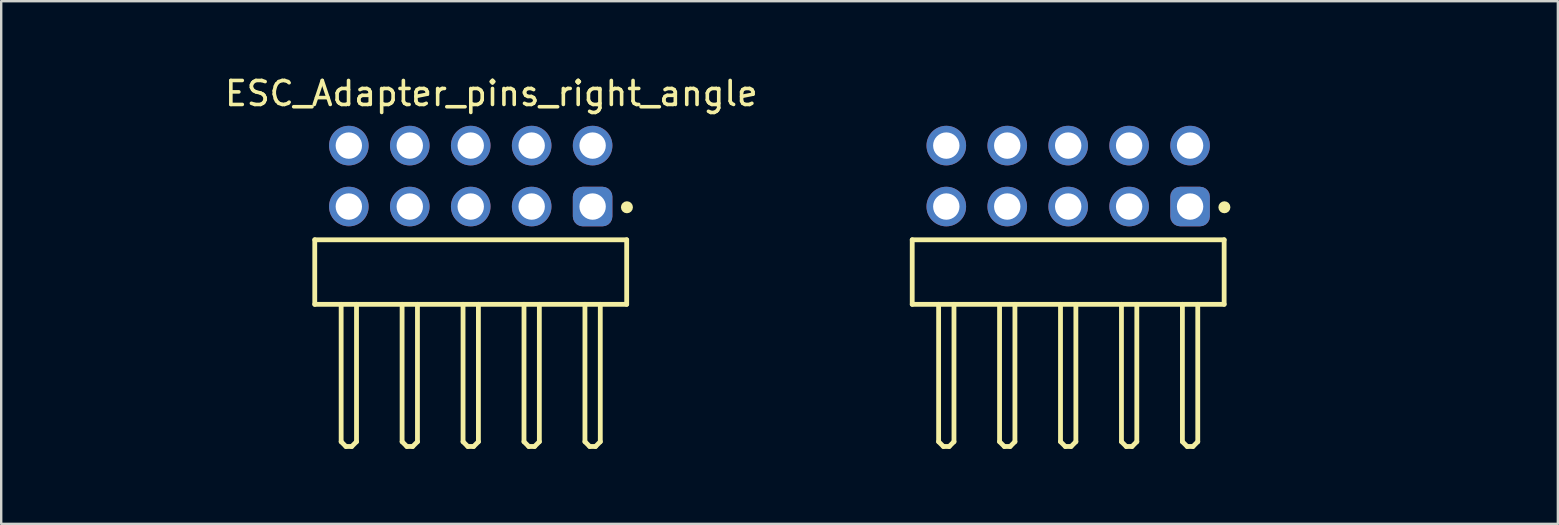
<source format=kicad_pcb>
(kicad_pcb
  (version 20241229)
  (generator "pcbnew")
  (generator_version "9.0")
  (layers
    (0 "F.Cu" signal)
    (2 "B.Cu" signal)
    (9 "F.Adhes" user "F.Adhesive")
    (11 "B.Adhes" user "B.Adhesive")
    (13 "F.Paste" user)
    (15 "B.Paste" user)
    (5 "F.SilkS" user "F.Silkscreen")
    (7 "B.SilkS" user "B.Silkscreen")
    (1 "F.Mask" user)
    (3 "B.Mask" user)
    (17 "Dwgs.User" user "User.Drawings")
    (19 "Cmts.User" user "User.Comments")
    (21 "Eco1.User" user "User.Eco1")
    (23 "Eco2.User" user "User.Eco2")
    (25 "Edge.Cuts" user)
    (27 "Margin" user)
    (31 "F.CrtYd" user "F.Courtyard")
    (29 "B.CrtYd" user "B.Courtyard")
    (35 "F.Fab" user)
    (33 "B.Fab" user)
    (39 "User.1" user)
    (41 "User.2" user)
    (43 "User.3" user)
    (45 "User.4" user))
  (footprint "ESC_Adapter_pins_right_angle"
    (layer "F.Cu")
    (at 29.688 6.958)
    (property "Reference" "ESC_Adapter_pins_right_angle" (at -12.26 -6.11 0) (layer "F.SilkS") (effects (font (size 1 1) (thickness 0.15))))
    (fp_line (start -19.62 -0.015) (end -6.62 -0.015) (stroke (width 0.2) (type solid)) (layer "F.SilkS"))
    (fp_line (start -19.62 2.675) (end -19.62 -0.015) (stroke (width 0.2) (type solid)) (layer "F.SilkS"))
    (fp_line (start -19.62 2.675) (end -6.62 2.675) (stroke (width 0.2) (type solid)) (layer "F.SilkS"))
    (fp_line (start -18.52 8.4) (end -18.52 2.675) (stroke (width 0.2) (type solid)) (layer "F.SilkS"))
    (fp_line (start -18.52 8.4) (end -18.32 8.6) (stroke (width 0.2) (type solid)) (layer "F.SilkS"))
    (fp_line (start -18.32 8.6) (end -18.08 8.6) (stroke (width 0.2) (type solid)) (layer "F.SilkS"))
    (fp_line (start -18.08 8.6) (end -17.88 8.4) (stroke (width 0.2) (type solid)) (layer "F.SilkS"))
    (fp_line (start -17.88 8.4) (end -17.88 2.675) (stroke (width 0.2) (type solid)) (layer "F.SilkS"))
    (fp_line (start -15.98 8.4) (end -15.98 2.675) (stroke (width 0.2) (type solid)) (layer "F.SilkS"))
    (fp_line (start -15.98 8.4) (end -15.78 8.6) (stroke (width 0.2) (type solid)) (layer "F.SilkS"))
    (fp_line (start -15.78 8.6) (end -15.54 8.6) (stroke (width 0.2) (type solid)) (layer "F.SilkS"))
    (fp_line (start -15.54 8.6) (end -15.34 8.4) (stroke (width 0.2) (type solid)) (layer "F.SilkS"))
    (fp_line (start -15.34 8.4) (end -15.34 2.675) (stroke (width 0.2) (type solid)) (layer "F.SilkS"))
    (fp_line (start -13.44 8.4) (end -13.44 2.675) (stroke (width 0.2) (type solid)) (layer "F.SilkS"))
    (fp_line (start -13.44 8.4) (end -13.24 8.6) (stroke (width 0.2) (type solid)) (layer "F.SilkS"))
    (fp_line (start -13.24 8.6) (end -13 8.6) (stroke (width 0.2) (type solid)) (layer "F.SilkS"))
    (fp_line (start -13 8.6) (end -12.8 8.4) (stroke (width 0.2) (type solid)) (layer "F.SilkS"))
    (fp_line (start -12.8 8.4) (end -12.8 2.675) (stroke (width 0.2) (type solid)) (layer "F.SilkS"))
    (fp_line (start -10.9 8.4) (end -10.9 2.675) (stroke (width 0.2) (type solid)) (layer "F.SilkS"))
    (fp_line (start -10.9 8.4) (end -10.7 8.6) (stroke (width 0.2) (type solid)) (layer "F.SilkS"))
    (fp_line (start -10.7 8.6) (end -10.46 8.6) (stroke (width 0.2) (type solid)) (layer "F.SilkS"))
    (fp_line (start -10.46 8.6) (end -10.26 8.4) (stroke (width 0.2) (type solid)) (layer "F.SilkS"))
    (fp_line (start -10.26 8.4) (end -10.26 2.675) (stroke (width 0.2) (type solid)) (layer "F.SilkS"))
    (fp_line (start -8.36 8.4) (end -8.36 2.675) (stroke (width 0.2) (type solid)) (layer "F.SilkS"))
    (fp_line (start -8.36 8.4) (end -8.16 8.6) (stroke (width 0.2) (type solid)) (layer "F.SilkS"))
    (fp_line (start -8.16 8.6) (end -7.92 8.6) (stroke (width 0.2) (type solid)) (layer "F.SilkS"))
    (fp_line (start -7.92 8.6) (end -7.72 8.4) (stroke (width 0.2) (type solid)) (layer "F.SilkS"))
    (fp_line (start -7.72 8.4) (end -7.72 2.675) (stroke (width 0.2) (type solid)) (layer "F.SilkS"))
    (fp_line (start -6.62 2.675) (end -6.62 -0.015) (stroke (width 0.2) (type solid)) (layer "F.SilkS"))
    (fp_line (start 5.28 -0.015) (end 18.28 -0.015) (stroke (width 0.2) (type solid)) (layer "F.SilkS"))
    (fp_line (start 5.28 2.675) (end 5.28 -0.015) (stroke (width 0.2) (type solid)) (layer "F.SilkS"))
    (fp_line (start 5.28 2.675) (end 18.28 2.675) (stroke (width 0.2) (type solid)) (layer "F.SilkS"))
    (fp_line (start 6.38 8.4) (end 6.38 2.675) (stroke (width 0.2) (type solid)) (layer "F.SilkS"))
    (fp_line (start 6.38 8.4) (end 6.58 8.6) (stroke (width 0.2) (type solid)) (layer "F.SilkS"))
    (fp_line (start 6.58 8.6) (end 6.82 8.6) (stroke (width 0.2) (type solid)) (layer "F.SilkS"))
    (fp_line (start 6.82 8.6) (end 7.02 8.4) (stroke (width 0.2) (type solid)) (layer "F.SilkS"))
    (fp_line (start 7.02 8.4) (end 7.02 2.675) (stroke (width 0.2) (type solid)) (layer "F.SilkS"))
    (fp_line (start 8.92 8.4) (end 8.92 2.675) (stroke (width 0.2) (type solid)) (layer "F.SilkS"))
    (fp_line (start 8.92 8.4) (end 9.12 8.6) (stroke (width 0.2) (type solid)) (layer "F.SilkS"))
    (fp_line (start 9.12 8.6) (end 9.36 8.6) (stroke (width 0.2) (type solid)) (layer "F.SilkS"))
    (fp_line (start 9.36 8.6) (end 9.56 8.4) (stroke (width 0.2) (type solid)) (layer "F.SilkS"))
    (fp_line (start 9.56 8.4) (end 9.56 2.675) (stroke (width 0.2) (type solid)) (layer "F.SilkS"))
    (fp_line (start 11.46 8.4) (end 11.46 2.675) (stroke (width 0.2) (type solid)) (layer "F.SilkS"))
    (fp_line (start 11.46 8.4) (end 11.66 8.6) (stroke (width 0.2) (type solid)) (layer "F.SilkS"))
    (fp_line (start 11.66 8.6) (end 11.9 8.6) (stroke (width 0.2) (type solid)) (layer "F.SilkS"))
    (fp_line (start 11.9 8.6) (end 12.1 8.4) (stroke (width 0.2) (type solid)) (layer "F.SilkS"))
    (fp_line (start 12.1 8.4) (end 12.1 2.675) (stroke (width 0.2) (type solid)) (layer "F.SilkS"))
    (fp_line (start 14 8.4) (end 14 2.675) (stroke (width 0.2) (type solid)) (layer "F.SilkS"))
    (fp_line (start 14 8.4) (end 14.2 8.6) (stroke (width 0.2) (type solid)) (layer "F.SilkS"))
    (fp_line (start 14.2 8.6) (end 14.44 8.6) (stroke (width 0.2) (type solid)) (layer "F.SilkS"))
    (fp_line (start 14.44 8.6) (end 14.64 8.4) (stroke (width 0.2) (type solid)) (layer "F.SilkS"))
    (fp_line (start 14.64 8.4) (end 14.64 2.675) (stroke (width 0.2) (type solid)) (layer "F.SilkS"))
    (fp_line (start 16.54 8.4) (end 16.54 2.675) (stroke (width 0.2) (type solid)) (layer "F.SilkS"))
    (fp_line (start 16.54 8.4) (end 16.74 8.6) (stroke (width 0.2) (type solid)) (layer "F.SilkS"))
    (fp_line (start 16.74 8.6) (end 16.98 8.6) (stroke (width 0.2) (type solid)) (layer "F.SilkS"))
    (fp_line (start 16.98 8.6) (end 17.18 8.4) (stroke (width 0.2) (type solid)) (layer "F.SilkS"))
    (fp_line (start 17.18 8.4) (end 17.18 2.675) (stroke (width 0.2) (type solid)) (layer "F.SilkS"))
    (fp_line (start 18.28 2.675) (end 18.28 -0.015) (stroke (width 0.2) (type solid)) (layer "F.SilkS"))
    (fp_circle (center -6.61 -1.37) (end -6.61 -1.495) (stroke (width 0.25) (type solid)) (fill no) (layer "F.SilkS"))
    (fp_circle (center 18.29 -1.37) (end 18.29 -1.495) (stroke (width 0.25) (type solid)) (fill no) (layer "F.SilkS"))
    (fp_line (start -19.82 -4.965) (end -6.42 -4.965) (stroke (width 0.05) (type solid)) (layer "Eco2.User"))
    (fp_line (start -19.82 8.8) (end -19.82 -4.965) (stroke (width 0.05) (type solid)) (layer "Eco2.User"))
    (fp_line (start -19.82 8.8) (end -6.42 8.8) (stroke (width 0.05) (type solid)) (layer "Eco2.User"))
    (fp_line (start -19.47 0.06) (end -6.77 0.06) (stroke (width 0.1) (type solid)) (layer "Eco2.User"))
    (fp_line (start -19.47 2.6) (end -19.47 0.06) (stroke (width 0.1) (type solid)) (layer "Eco2.User"))
    (fp_line (start -19.47 2.6) (end -6.77 2.6) (stroke (width 0.1) (type solid)) (layer "Eco2.User"))
    (fp_line (start -18.52 -4.3) (end -17.88 -4.3) (stroke (width 0.1) (type solid)) (layer "Eco2.User"))
    (fp_line (start -18.52 -1.76) (end -17.88 -1.76) (stroke (width 0.1) (type solid)) (layer "Eco2.User"))
    (fp_line (start -18.52 0.06) (end -18.52 -4.3) (stroke (width 0.1) (type solid)) (layer "Eco2.User"))
    (fp_line (start -18.52 8.4) (end -18.52 2.6) (stroke (width 0.1) (type solid)) (layer "Eco2.User"))
    (fp_line (start -18.52 8.4) (end -18.32 8.6) (stroke (width 0.1) (type solid)) (layer "Eco2.User"))
    (fp_line (start -18.32 8.6) (end -18.08 8.6) (stroke (width 0.1) (type solid)) (layer "Eco2.User"))
    (fp_line (start -18.08 8.6) (end -17.88 8.4) (stroke (width 0.1) (type solid)) (layer "Eco2.User"))
    (fp_line (start -17.88 0.06) (end -17.88 -4.3) (stroke (width 0.1) (type solid)) (layer "Eco2.User"))
    (fp_line (start -17.88 8.4) (end -17.88 2.6) (stroke (width 0.1) (type solid)) (layer "Eco2.User"))
    (fp_line (start -15.98 -4.3) (end -15.34 -4.3) (stroke (width 0.1) (type solid)) (layer "Eco2.User"))
    (fp_line (start -15.98 -1.76) (end -15.34 -1.76) (stroke (width 0.1) (type solid)) (layer "Eco2.User"))
    (fp_line (start -15.98 0.06) (end -15.98 -4.3) (stroke (width 0.1) (type solid)) (layer "Eco2.User"))
    (fp_line (start -15.98 8.4) (end -15.98 2.6) (stroke (width 0.1) (type solid)) (layer "Eco2.User"))
    (fp_line (start -15.98 8.4) (end -15.78 8.6) (stroke (width 0.1) (type solid)) (layer "Eco2.User"))
    (fp_line (start -15.78 8.6) (end -15.54 8.6) (stroke (width 0.1) (type solid)) (layer "Eco2.User"))
    (fp_line (start -15.54 8.6) (end -15.34 8.4) (stroke (width 0.1) (type solid)) (layer "Eco2.User"))
    (fp_line (start -15.34 0.06) (end -15.34 -4.3) (stroke (width 0.1) (type solid)) (layer "Eco2.User"))
    (fp_line (start -15.34 8.4) (end -15.34 2.6) (stroke (width 0.1) (type solid)) (layer "Eco2.User"))
    (fp_line (start -13.62 1.33) (end -12.62 1.33) (stroke (width 0.05) (type solid)) (layer "Eco2.User"))
    (fp_line (start -13.44 -4.3) (end -12.8 -4.3) (stroke (width 0.1) (type solid)) (layer "Eco2.User"))
    (fp_line (start -13.44 -1.76) (end -12.8 -1.76) (stroke (width 0.1) (type solid)) (layer "Eco2.User"))
    (fp_line (start -13.44 0.06) (end -13.44 -4.3) (stroke (width 0.1) (type solid)) (layer "Eco2.User"))
    (fp_line (start -13.44 8.4) (end -13.44 2.6) (stroke (width 0.1) (type solid)) (layer "Eco2.User"))
    (fp_line (start -13.44 8.4) (end -13.24 8.6) (stroke (width 0.1) (type solid)) (layer "Eco2.User"))
    (fp_line (start -13.24 8.6) (end -13 8.6) (stroke (width 0.1) (type solid)) (layer "Eco2.User"))
    (fp_line (start -13.12 1.83) (end -13.12 0.83) (stroke (width 0.05) (type solid)) (layer "Eco2.User"))
    (fp_line (start -13 8.6) (end -12.8 8.4) (stroke (width 0.1) (type solid)) (layer "Eco2.User"))
    (fp_line (start -12.8 0.06) (end -12.8 -4.3) (stroke (width 0.1) (type solid)) (layer "Eco2.User"))
    (fp_line (start -12.8 8.4) (end -12.8 2.6) (stroke (width 0.1) (type solid)) (layer "Eco2.User"))
    (fp_line (start -10.9 -4.3) (end -10.26 -4.3) (stroke (width 0.1) (type solid)) (layer "Eco2.User"))
    (fp_line (start -10.9 -1.76) (end -10.26 -1.76) (stroke (width 0.1) (type solid)) (layer "Eco2.User"))
    (fp_line (start -10.9 0.06) (end -10.9 -4.3) (stroke (width 0.1) (type solid)) (layer "Eco2.User"))
    (fp_line (start -10.9 8.4) (end -10.9 2.6) (stroke (width 0.1) (type solid)) (layer "Eco2.User"))
    (fp_line (start -10.9 8.4) (end -10.7 8.6) (stroke (width 0.1) (type solid)) (layer "Eco2.User"))
    (fp_line (start -10.7 8.6) (end -10.46 8.6) (stroke (width 0.1) (type solid)) (layer "Eco2.User"))
    (fp_line (start -10.46 8.6) (end -10.26 8.4) (stroke (width 0.1) (type solid)) (layer "Eco2.User"))
    (fp_line (start -10.26 0.06) (end -10.26 -4.3) (stroke (width 0.1) (type solid)) (layer "Eco2.User"))
    (fp_line (start -10.26 8.4) (end -10.26 2.6) (stroke (width 0.1) (type solid)) (layer "Eco2.User"))
    (fp_line (start -8.36 -4.3) (end -7.72 -4.3) (stroke (width 0.1) (type solid)) (layer "Eco2.User"))
    (fp_line (start -8.36 -1.76) (end -7.72 -1.76) (stroke (width 0.1) (type solid)) (layer "Eco2.User"))
    (fp_line (start -8.36 0.06) (end -8.36 -4.3) (stroke (width 0.1) (type solid)) (layer "Eco2.User"))
    (fp_line (start -8.36 8.4) (end -8.36 2.6) (stroke (width 0.1) (type solid)) (layer "Eco2.User"))
    (fp_line (start -8.36 8.4) (end -8.16 8.6) (stroke (width 0.1) (type solid)) (layer "Eco2.User"))
    (fp_line (start -8.16 8.6) (end -7.92 8.6) (stroke (width 0.1) (type solid)) (layer "Eco2.User"))
    (fp_line (start -7.92 8.6) (end -7.72 8.4) (stroke (width 0.1) (type solid)) (layer "Eco2.User"))
    (fp_line (start -7.72 0.06) (end -7.72 -4.3) (stroke (width 0.1) (type solid)) (layer "Eco2.User"))
    (fp_line (start -7.72 8.4) (end -7.72 2.6) (stroke (width 0.1) (type solid)) (layer "Eco2.User"))
    (fp_line (start -6.77 2.6) (end -6.77 0.06) (stroke (width 0.1) (type solid)) (layer "Eco2.User"))
    (fp_line (start -6.42 8.8) (end -6.42 -4.965) (stroke (width 0.05) (type solid)) (layer "Eco2.User"))
    (fp_line (start 5.08 -4.965) (end 18.48 -4.965) (stroke (width 0.05) (type solid)) (layer "Eco2.User"))
    (fp_line (start 5.08 8.8) (end 5.08 -4.965) (stroke (width 0.05) (type solid)) (layer "Eco2.User"))
    (fp_line (start 5.08 8.8) (end 18.48 8.8) (stroke (width 0.05) (type solid)) (layer "Eco2.User"))
    (fp_line (start 5.43 0.06) (end 18.13 0.06) (stroke (width 0.1) (type solid)) (layer "Eco2.User"))
    (fp_line (start 5.43 2.6) (end 5.43 0.06) (stroke (width 0.1) (type solid)) (layer "Eco2.User"))
    (fp_line (start 5.43 2.6) (end 18.13 2.6) (stroke (width 0.1) (type solid)) (layer "Eco2.User"))
    (fp_line (start 6.38 -4.3) (end 7.02 -4.3) (stroke (width 0.1) (type solid)) (layer "Eco2.User"))
    (fp_line (start 6.38 -1.76) (end 7.02 -1.76) (stroke (width 0.1) (type solid)) (layer "Eco2.User"))
    (fp_line (start 6.38 0.06) (end 6.38 -4.3) (stroke (width 0.1) (type solid)) (layer "Eco2.User"))
    (fp_line (start 6.38 8.4) (end 6.38 2.6) (stroke (width 0.1) (type solid)) (layer "Eco2.User"))
    (fp_line (start 6.38 8.4) (end 6.58 8.6) (stroke (width 0.1) (type solid)) (layer "Eco2.User"))
    (fp_line (start 6.58 8.6) (end 6.82 8.6) (stroke (width 0.1) (type solid)) (layer "Eco2.User"))
    (fp_line (start 6.82 8.6) (end 7.02 8.4) (stroke (width 0.1) (type solid)) (layer "Eco2.User"))
    (fp_line (start 7.02 0.06) (end 7.02 -4.3) (stroke (width 0.1) (type solid)) (layer "Eco2.User"))
    (fp_line (start 7.02 8.4) (end 7.02 2.6) (stroke (width 0.1) (type solid)) (layer "Eco2.User"))
    (fp_line (start 8.92 -4.3) (end 9.56 -4.3) (stroke (width 0.1) (type solid)) (layer "Eco2.User"))
    (fp_line (start 8.92 -1.76) (end 9.56 -1.76) (stroke (width 0.1) (type solid)) (layer "Eco2.User"))
    (fp_line (start 8.92 0.06) (end 8.92 -4.3) (stroke (width 0.1) (type solid)) (layer "Eco2.User"))
    (fp_line (start 8.92 8.4) (end 8.92 2.6) (stroke (width 0.1) (type solid)) (layer "Eco2.User"))
    (fp_line (start 8.92 8.4) (end 9.12 8.6) (stroke (width 0.1) (type solid)) (layer "Eco2.User"))
    (fp_line (start 9.12 8.6) (end 9.36 8.6) (stroke (width 0.1) (type solid)) (layer "Eco2.User"))
    (fp_line (start 9.36 8.6) (end 9.56 8.4) (stroke (width 0.1) (type solid)) (layer "Eco2.User"))
    (fp_line (start 9.56 0.06) (end 9.56 -4.3) (stroke (width 0.1) (type solid)) (layer "Eco2.User"))
    (fp_line (start 9.56 8.4) (end 9.56 2.6) (stroke (width 0.1) (type solid)) (layer "Eco2.User"))
    (fp_line (start 11.28 1.33) (end 12.28 1.33) (stroke (width 0.05) (type solid)) (layer "Eco2.User"))
    (fp_line (start 11.46 -4.3) (end 12.1 -4.3) (stroke (width 0.1) (type solid)) (layer "Eco2.User"))
    (fp_line (start 11.46 -1.76) (end 12.1 -1.76) (stroke (width 0.1) (type solid)) (layer "Eco2.User"))
    (fp_line (start 11.46 0.06) (end 11.46 -4.3) (stroke (width 0.1) (type solid)) (layer "Eco2.User"))
    (fp_line (start 11.46 8.4) (end 11.46 2.6) (stroke (width 0.1) (type solid)) (layer "Eco2.User"))
    (fp_line (start 11.46 8.4) (end 11.66 8.6) (stroke (width 0.1) (type solid)) (layer "Eco2.User"))
    (fp_line (start 11.66 8.6) (end 11.9 8.6) (stroke (width 0.1) (type solid)) (layer "Eco2.User"))
    (fp_line (start 11.78 1.83) (end 11.78 0.83) (stroke (width 0.05) (type solid)) (layer "Eco2.User"))
    (fp_line (start 11.9 8.6) (end 12.1 8.4) (stroke (width 0.1) (type solid)) (layer "Eco2.User"))
    (fp_line (start 12.1 0.06) (end 12.1 -4.3) (stroke (width 0.1) (type solid)) (layer "Eco2.User"))
    (fp_line (start 12.1 8.4) (end 12.1 2.6) (stroke (width 0.1) (type solid)) (layer "Eco2.User"))
    (fp_line (start 14 -4.3) (end 14.64 -4.3) (stroke (width 0.1) (type solid)) (layer "Eco2.User"))
    (fp_line (start 14 -1.76) (end 14.64 -1.76) (stroke (width 0.1) (type solid)) (layer "Eco2.User"))
    (fp_line (start 14 0.06) (end 14 -4.3) (stroke (width 0.1) (type solid)) (layer "Eco2.User"))
    (fp_line (start 14 8.4) (end 14 2.6) (stroke (width 0.1) (type solid)) (layer "Eco2.User"))
    (fp_line (start 14 8.4) (end 14.2 8.6) (stroke (width 0.1) (type solid)) (layer "Eco2.User"))
    (fp_line (start 14.2 8.6) (end 14.44 8.6) (stroke (width 0.1) (type solid)) (layer "Eco2.User"))
    (fp_line (start 14.44 8.6) (end 14.64 8.4) (stroke (width 0.1) (type solid)) (layer "Eco2.User"))
    (fp_line (start 14.64 0.06) (end 14.64 -4.3) (stroke (width 0.1) (type solid)) (layer "Eco2.User"))
    (fp_line (start 14.64 8.4) (end 14.64 2.6) (stroke (width 0.1) (type solid)) (layer "Eco2.User"))
    (fp_line (start 16.54 -4.3) (end 17.18 -4.3) (stroke (width 0.1) (type solid)) (layer "Eco2.User"))
    (fp_line (start 16.54 -1.76) (end 17.18 -1.76) (stroke (width 0.1) (type solid)) (layer "Eco2.User"))
    (fp_line (start 16.54 0.06) (end 16.54 -4.3) (stroke (width 0.1) (type solid)) (layer "Eco2.User"))
    (fp_line (start 16.54 8.4) (end 16.54 2.6) (stroke (width 0.1) (type solid)) (layer "Eco2.User"))
    (fp_line (start 16.54 8.4) (end 16.74 8.6) (stroke (width 0.1) (type solid)) (layer "Eco2.User"))
    (fp_line (start 16.74 8.6) (end 16.98 8.6) (stroke (width 0.1) (type solid)) (layer "Eco2.User"))
    (fp_line (start 16.98 8.6) (end 17.18 8.4) (stroke (width 0.1) (type solid)) (layer "Eco2.User"))
    (fp_line (start 17.18 0.06) (end 17.18 -4.3) (stroke (width 0.1) (type solid)) (layer "Eco2.User"))
    (fp_line (start 17.18 8.4) (end 17.18 2.6) (stroke (width 0.1) (type solid)) (layer "Eco2.User"))
    (fp_line (start 18.13 2.6) (end 18.13 0.06) (stroke (width 0.1) (type solid)) (layer "Eco2.User"))
    (fp_line (start 18.48 8.8) (end 18.48 -4.965) (stroke (width 0.05) (type solid)) (layer "Eco2.User"))
    (fp_text user "${REFERENCE}" (at 12.47 0.153 0) (unlocked yes) (layer "User.3") (effects (font (size 1.5 1.5) (thickness 0.15))))
    (fp_text user "${REFERENCE}" (at -12.97 1.133 0) (unlocked yes) (layer "User.3") (effects (font (size 1.5 1.5) (thickness 0.15))))
    (pad "1" thru_hole roundrect (at 16.86 -1.4) (size 1.65 1.65) (drill 1.1) (layers "*.Cu" "*.Mask") (roundrect_rratio 0.25))
    (pad "2" thru_hole circle (at 16.86 -3.94) (size 1.65 1.65) (drill 1.1) (layers "*.Cu" "*.Mask"))
    (pad "3" thru_hole circle (at 14.32 -1.4) (size 1.65 1.65) (drill 1.1) (layers "*.Cu" "*.Mask"))
    (pad "4" thru_hole circle (at 14.32 -3.94) (size 1.65 1.65) (drill 1.1) (layers "*.Cu" "*.Mask"))
    (pad "5" thru_hole circle (at 11.78 -1.4) (size 1.65 1.65) (drill 1.1) (layers "*.Cu" "*.Mask"))
    (pad "6" thru_hole circle (at 11.78 -3.94) (size 1.65 1.65) (drill 1.1) (layers "*.Cu" "*.Mask"))
    (pad "7" thru_hole circle (at 9.24 -1.4) (size 1.65 1.65) (drill 1.1) (layers "*.Cu" "*.Mask"))
    (pad "8" thru_hole circle (at 9.24 -3.94) (size 1.65 1.65) (drill 1.1) (layers "*.Cu" "*.Mask"))
    (pad "9" thru_hole circle (at 6.7 -1.4) (size 1.65 1.65) (drill 1.1) (layers "*.Cu" "*.Mask"))
    (pad "10" thru_hole circle (at 6.7 -3.94) (size 1.65 1.65) (drill 1.1) (layers "*.Cu" "*.Mask"))
    (pad "11" thru_hole roundrect (at -8.04 -1.4) (size 1.65 1.65) (drill 1.1) (layers "*.Cu" "*.Mask") (roundrect_rratio 0.25))
    (pad "12" thru_hole circle (at -8.04 -3.94) (size 1.65 1.65) (drill 1.1) (layers "*.Cu" "*.Mask"))
    (pad "13" thru_hole circle (at -10.58 -1.4) (size 1.65 1.65) (drill 1.1) (layers "*.Cu" "*.Mask"))
    (pad "14" thru_hole circle (at -10.58 -3.94) (size 1.65 1.65) (drill 1.1) (layers "*.Cu" "*.Mask"))
    (pad "15" thru_hole circle (at -13.12 -1.4) (size 1.65 1.65) (drill 1.1) (layers "*.Cu" "*.Mask"))
    (pad "16" thru_hole circle (at -13.12 -3.94) (size 1.65 1.65) (drill 1.1) (layers "*.Cu" "*.Mask"))
    (pad "17" thru_hole circle (at -15.66 -1.4) (size 1.65 1.65) (drill 1.1) (layers "*.Cu" "*.Mask"))
    (pad "18" thru_hole circle (at -15.66 -3.94) (size 1.65 1.65) (drill 1.1) (layers "*.Cu" "*.Mask"))
    (pad "19" thru_hole circle (at -18.2 -1.4) (size 1.65 1.65) (drill 1.1) (layers "*.Cu" "*.Mask"))
    (pad "20" thru_hole circle (at -18.2 -3.94) (size 1.65 1.65) (drill 1.1) (layers "*.Cu" "*.Mask")))
  (gr_rect
    (start -3 -3)
    (end 61.876 18.783)
    (stroke (width 0.1) (type default))
    (fill no)
    (layer "Edge.Cuts")))
</source>
